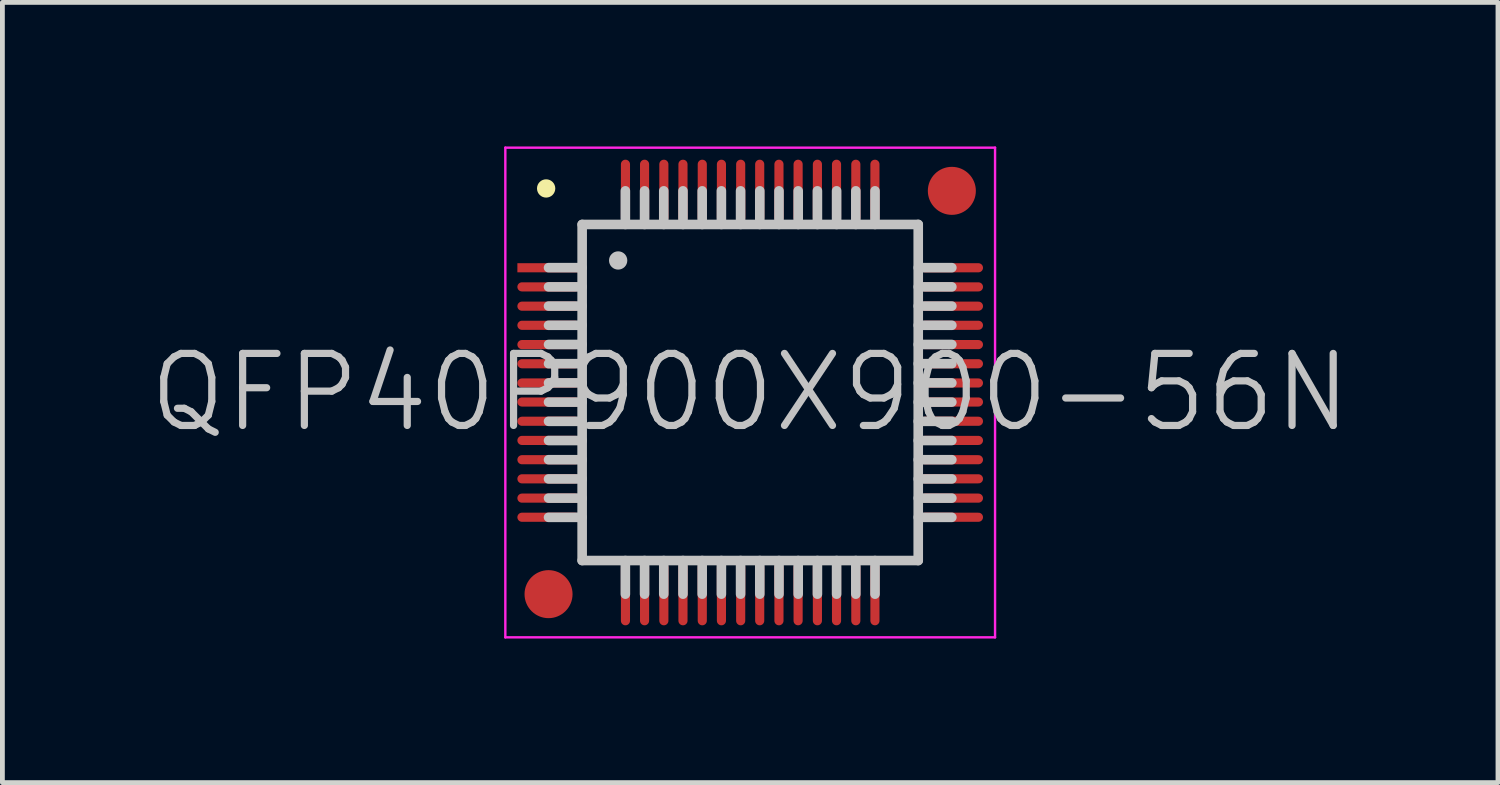
<source format=kicad_pcb>
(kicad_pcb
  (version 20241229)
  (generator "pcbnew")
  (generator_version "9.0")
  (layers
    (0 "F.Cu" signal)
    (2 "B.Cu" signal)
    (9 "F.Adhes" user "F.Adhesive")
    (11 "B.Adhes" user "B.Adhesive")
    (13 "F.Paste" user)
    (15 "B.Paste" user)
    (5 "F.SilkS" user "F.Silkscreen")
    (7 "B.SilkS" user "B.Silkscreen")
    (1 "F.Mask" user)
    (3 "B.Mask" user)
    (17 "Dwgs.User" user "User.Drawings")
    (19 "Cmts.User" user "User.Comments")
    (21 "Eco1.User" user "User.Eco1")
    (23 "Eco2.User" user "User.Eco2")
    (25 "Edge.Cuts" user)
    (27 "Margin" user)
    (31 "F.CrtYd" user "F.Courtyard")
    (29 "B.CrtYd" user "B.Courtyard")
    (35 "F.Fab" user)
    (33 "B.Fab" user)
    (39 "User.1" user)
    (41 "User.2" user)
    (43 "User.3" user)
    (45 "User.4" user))
  (footprint "QFP40P900X900-56N"
    (layer "F.Cu")
    (at 12.575 5.125)
    (property "Reference" "QFP40P900X900-56N" (at 0 0 0) (layer "Dwgs.User") (effects (font (size 1.5 1.5) (thickness 0.15))))
    (attr smd)
    (fp_line (start -4.25 -4.25) (end -4.25 -4.25) (stroke (width 0.381) (type solid)) (layer "F.SilkS"))
    (fp_line (start -3.5 -3.5) (end -3.5 3.5) (stroke (width 0.2) (type solid)) (layer "Dwgs.User"))
    (fp_line (start -3.5 -3.5) (end 3.5 -3.5) (stroke (width 0.2) (type solid)) (layer "Dwgs.User"))
    (fp_line (start -3.5 -2.6) (end -4.2 -2.6) (stroke (width 0.2) (type solid)) (layer "Dwgs.User"))
    (fp_line (start -3.5 -2.2) (end -4.2 -2.2) (stroke (width 0.2) (type solid)) (layer "Dwgs.User"))
    (fp_line (start -3.5 -1.8) (end -4.2 -1.8) (stroke (width 0.2) (type solid)) (layer "Dwgs.User"))
    (fp_line (start -3.5 -1.4) (end -4.2 -1.4) (stroke (width 0.2) (type solid)) (layer "Dwgs.User"))
    (fp_line (start -3.5 -1) (end -4.2 -1) (stroke (width 0.2) (type solid)) (layer "Dwgs.User"))
    (fp_line (start -3.5 -0.6) (end -4.2 -0.6) (stroke (width 0.2) (type solid)) (layer "Dwgs.User"))
    (fp_line (start -3.5 -0.2) (end -4.2 -0.2) (stroke (width 0.2) (type solid)) (layer "Dwgs.User"))
    (fp_line (start -3.5 0.2) (end -4.2 0.2) (stroke (width 0.2) (type solid)) (layer "Dwgs.User"))
    (fp_line (start -3.5 0.6) (end -4.2 0.6) (stroke (width 0.2) (type solid)) (layer "Dwgs.User"))
    (fp_line (start -3.5 1) (end -4.2 1) (stroke (width 0.2) (type solid)) (layer "Dwgs.User"))
    (fp_line (start -3.5 1.4) (end -4.2 1.4) (stroke (width 0.2) (type solid)) (layer "Dwgs.User"))
    (fp_line (start -3.5 1.8) (end -4.2 1.8) (stroke (width 0.2) (type solid)) (layer "Dwgs.User"))
    (fp_line (start -3.5 2.2) (end -4.2 2.2) (stroke (width 0.2) (type solid)) (layer "Dwgs.User"))
    (fp_line (start -3.5 2.6) (end -4.2 2.6) (stroke (width 0.2) (type solid)) (layer "Dwgs.User"))
    (fp_line (start -3.5 3.5) (end 3.5 3.5) (stroke (width 0.2) (type solid)) (layer "Dwgs.User"))
    (fp_line (start -2.75 -2.75) (end -2.75 -2.75) (stroke (width 0.381) (type solid)) (layer "Dwgs.User"))
    (fp_line (start -2.6 -3.5) (end -2.6 -4.2) (stroke (width 0.2) (type solid)) (layer "Dwgs.User"))
    (fp_line (start -2.6 4.2) (end -2.6 3.5) (stroke (width 0.2) (type solid)) (layer "Dwgs.User"))
    (fp_line (start -2.2 -3.5) (end -2.2 -4.2) (stroke (width 0.2) (type solid)) (layer "Dwgs.User"))
    (fp_line (start -2.2 4.2) (end -2.2 3.5) (stroke (width 0.2) (type solid)) (layer "Dwgs.User"))
    (fp_line (start -1.8 -3.5) (end -1.8 -4.2) (stroke (width 0.2) (type solid)) (layer "Dwgs.User"))
    (fp_line (start -1.8 4.2) (end -1.8 3.5) (stroke (width 0.2) (type solid)) (layer "Dwgs.User"))
    (fp_line (start -1.4 -3.5) (end -1.4 -4.2) (stroke (width 0.2) (type solid)) (layer "Dwgs.User"))
    (fp_line (start -1.4 4.2) (end -1.4 3.5) (stroke (width 0.2) (type solid)) (layer "Dwgs.User"))
    (fp_line (start -1 -3.5) (end -1 -4.2) (stroke (width 0.2) (type solid)) (layer "Dwgs.User"))
    (fp_line (start -1 4.2) (end -1 3.5) (stroke (width 0.2) (type solid)) (layer "Dwgs.User"))
    (fp_line (start -0.6 -3.5) (end -0.6 -4.2) (stroke (width 0.2) (type solid)) (layer "Dwgs.User"))
    (fp_line (start -0.6 4.2) (end -0.6 3.5) (stroke (width 0.2) (type solid)) (layer "Dwgs.User"))
    (fp_line (start -0.2 -3.5) (end -0.2 -4.2) (stroke (width 0.2) (type solid)) (layer "Dwgs.User"))
    (fp_line (start -0.2 4.2) (end -0.2 3.5) (stroke (width 0.2) (type solid)) (layer "Dwgs.User"))
    (fp_line (start 0.2 -3.5) (end 0.2 -4.2) (stroke (width 0.2) (type solid)) (layer "Dwgs.User"))
    (fp_line (start 0.2 4.2) (end 0.2 3.5) (stroke (width 0.2) (type solid)) (layer "Dwgs.User"))
    (fp_line (start 0.6 -3.5) (end 0.6 -4.2) (stroke (width 0.2) (type solid)) (layer "Dwgs.User"))
    (fp_line (start 0.6 4.2) (end 0.6 3.5) (stroke (width 0.2) (type solid)) (layer "Dwgs.User"))
    (fp_line (start 1 -3.5) (end 1 -4.2) (stroke (width 0.2) (type solid)) (layer "Dwgs.User"))
    (fp_line (start 1 4.2) (end 1 3.5) (stroke (width 0.2) (type solid)) (layer "Dwgs.User"))
    (fp_line (start 1.4 -3.5) (end 1.4 -4.2) (stroke (width 0.2) (type solid)) (layer "Dwgs.User"))
    (fp_line (start 1.4 4.2) (end 1.4 3.5) (stroke (width 0.2) (type solid)) (layer "Dwgs.User"))
    (fp_line (start 1.8 -3.5) (end 1.8 -4.2) (stroke (width 0.2) (type solid)) (layer "Dwgs.User"))
    (fp_line (start 1.8 4.2) (end 1.8 3.5) (stroke (width 0.2) (type solid)) (layer "Dwgs.User"))
    (fp_line (start 2.2 -3.5) (end 2.2 -4.2) (stroke (width 0.2) (type solid)) (layer "Dwgs.User"))
    (fp_line (start 2.2 4.2) (end 2.2 3.5) (stroke (width 0.2) (type solid)) (layer "Dwgs.User"))
    (fp_line (start 2.6 -3.5) (end 2.6 -4.2) (stroke (width 0.2) (type solid)) (layer "Dwgs.User"))
    (fp_line (start 2.6 4.2) (end 2.6 3.5) (stroke (width 0.2) (type solid)) (layer "Dwgs.User"))
    (fp_line (start 3.5 -3.5) (end 3.5 3.5) (stroke (width 0.2) (type solid)) (layer "Dwgs.User"))
    (fp_line (start 4.2 -2.6) (end 3.5 -2.6) (stroke (width 0.2) (type solid)) (layer "Dwgs.User"))
    (fp_line (start 4.2 -2.2) (end 3.5 -2.2) (stroke (width 0.2) (type solid)) (layer "Dwgs.User"))
    (fp_line (start 4.2 -1.8) (end 3.5 -1.8) (stroke (width 0.2) (type solid)) (layer "Dwgs.User"))
    (fp_line (start 4.2 -1.4) (end 3.5 -1.4) (stroke (width 0.2) (type solid)) (layer "Dwgs.User"))
    (fp_line (start 4.2 -1) (end 3.5 -1) (stroke (width 0.2) (type solid)) (layer "Dwgs.User"))
    (fp_line (start 4.2 -0.6) (end 3.5 -0.6) (stroke (width 0.2) (type solid)) (layer "Dwgs.User"))
    (fp_line (start 4.2 -0.2) (end 3.5 -0.2) (stroke (width 0.2) (type solid)) (layer "Dwgs.User"))
    (fp_line (start 4.2 0.2) (end 3.5 0.2) (stroke (width 0.2) (type solid)) (layer "Dwgs.User"))
    (fp_line (start 4.2 0.6) (end 3.5 0.6) (stroke (width 0.2) (type solid)) (layer "Dwgs.User"))
    (fp_line (start 4.2 1) (end 3.5 1) (stroke (width 0.2) (type solid)) (layer "Dwgs.User"))
    (fp_line (start 4.2 1.4) (end 3.5 1.4) (stroke (width 0.2) (type solid)) (layer "Dwgs.User"))
    (fp_line (start 4.2 1.8) (end 3.5 1.8) (stroke (width 0.2) (type solid)) (layer "Dwgs.User"))
    (fp_line (start 4.2 2.2) (end 3.5 2.2) (stroke (width 0.2) (type solid)) (layer "Dwgs.User"))
    (fp_line (start 4.2 2.6) (end 3.5 2.6) (stroke (width 0.2) (type solid)) (layer "Dwgs.User"))
    (fp_line (start -5.1 -5.1) (end -5.1 5.1) (stroke (width 0.05) (type solid)) (layer "F.CrtYd"))
    (fp_line (start -5.1 -5.1) (end 5.1 -5.1) (stroke (width 0.05) (type solid)) (layer "F.CrtYd"))
    (fp_line (start -5.1 5.1) (end 5.1 5.1) (stroke (width 0.05) (type solid)) (layer "F.CrtYd"))
    (fp_line (start 5.1 -5.1) (end 5.1 5.1) (stroke (width 0.05) (type solid)) (layer "F.CrtYd"))
    (pad "" smd circle (at -4.2 4.2) (size 1 1) (layers "F.Cu" "F.Mask"))
    (pad "" smd circle (at 4.2 -4.2) (size 1 1) (layers "F.Cu" "F.Mask"))
    (pad "1" smd rect (at -4.199 -2.598 90) (size 0.19 1.3) (layers "F.Cu" "F.Mask" "F.Paste"))
    (pad "2" smd oval (at -4.199 -2.2 90) (size 0.19 1.3) (layers "F.Cu" "F.Mask" "F.Paste"))
    (pad "3" smd oval (at -4.199 -1.798 90) (size 0.19 1.3) (layers "F.Cu" "F.Mask" "F.Paste"))
    (pad "4" smd oval (at -4.199 -1.4 90) (size 0.19 1.3) (layers "F.Cu" "F.Mask" "F.Paste"))
    (pad "5" smd oval (at -4.199 -0.998 90) (size 0.19 1.3) (layers "F.Cu" "F.Mask" "F.Paste"))
    (pad "6" smd oval (at -4.199 -0.599 90) (size 0.19 1.3) (layers "F.Cu" "F.Mask" "F.Paste"))
    (pad "7" smd oval (at -4.199 -0.198 90) (size 0.19 1.3) (layers "F.Cu" "F.Mask" "F.Paste"))
    (pad "8" smd oval (at -4.199 0.198 90) (size 0.19 1.3) (layers "F.Cu" "F.Mask" "F.Paste"))
    (pad "9" smd oval (at -4.199 0.599 90) (size 0.19 1.3) (layers "F.Cu" "F.Mask" "F.Paste"))
    (pad "10" smd oval (at -4.199 0.998 90) (size 0.19 1.3) (layers "F.Cu" "F.Mask" "F.Paste"))
    (pad "11" smd oval (at -4.199 1.4 90) (size 0.19 1.3) (layers "F.Cu" "F.Mask" "F.Paste"))
    (pad "12" smd oval (at -4.199 1.798 90) (size 0.19 1.3) (layers "F.Cu" "F.Mask" "F.Paste"))
    (pad "13" smd oval (at -4.199 2.2 90) (size 0.19 1.3) (layers "F.Cu" "F.Mask" "F.Paste"))
    (pad "14" smd oval (at -4.199 2.598 90) (size 0.19 1.3) (layers "F.Cu" "F.Mask" "F.Paste"))
    (pad "15" smd oval (at -2.598 4.199 180) (size 0.19 1.3) (layers "F.Cu" "F.Mask" "F.Paste"))
    (pad "16" smd oval (at -2.2 4.199 180) (size 0.19 1.3) (layers "F.Cu" "F.Mask" "F.Paste"))
    (pad "17" smd oval (at -1.798 4.199 180) (size 0.19 1.3) (layers "F.Cu" "F.Mask" "F.Paste"))
    (pad "18" smd oval (at -1.4 4.199 180) (size 0.19 1.3) (layers "F.Cu" "F.Mask" "F.Paste"))
    (pad "19" smd oval (at -0.998 4.199 180) (size 0.19 1.3) (layers "F.Cu" "F.Mask" "F.Paste"))
    (pad "20" smd oval (at -0.599 4.199 180) (size 0.19 1.3) (layers "F.Cu" "F.Mask" "F.Paste"))
    (pad "21" smd oval (at -0.198 4.199 180) (size 0.19 1.3) (layers "F.Cu" "F.Mask" "F.Paste"))
    (pad "22" smd oval (at 0.198 4.199 180) (size 0.19 1.3) (layers "F.Cu" "F.Mask" "F.Paste"))
    (pad "23" smd oval (at 0.599 4.199 180) (size 0.19 1.3) (layers "F.Cu" "F.Mask" "F.Paste"))
    (pad "24" smd oval (at 0.998 4.199 180) (size 0.19 1.3) (layers "F.Cu" "F.Mask" "F.Paste"))
    (pad "25" smd oval (at 1.4 4.199 180) (size 0.19 1.3) (layers "F.Cu" "F.Mask" "F.Paste"))
    (pad "26" smd oval (at 1.798 4.199 180) (size 0.19 1.3) (layers "F.Cu" "F.Mask" "F.Paste"))
    (pad "27" smd oval (at 2.2 4.199 180) (size 0.19 1.3) (layers "F.Cu" "F.Mask" "F.Paste"))
    (pad "28" smd oval (at 2.598 4.199 180) (size 0.19 1.3) (layers "F.Cu" "F.Mask" "F.Paste"))
    (pad "29" smd oval (at 4.199 2.598 270) (size 0.19 1.3) (layers "F.Cu" "F.Mask" "F.Paste"))
    (pad "30" smd oval (at 4.199 2.2 270) (size 0.19 1.3) (layers "F.Cu" "F.Mask" "F.Paste"))
    (pad "31" smd oval (at 4.199 1.798 270) (size 0.19 1.3) (layers "F.Cu" "F.Mask" "F.Paste"))
    (pad "32" smd oval (at 4.199 1.4 270) (size 0.19 1.3) (layers "F.Cu" "F.Mask" "F.Paste"))
    (pad "33" smd oval (at 4.199 0.998 270) (size 0.19 1.3) (layers "F.Cu" "F.Mask" "F.Paste"))
    (pad "34" smd oval (at 4.199 0.599 270) (size 0.19 1.3) (layers "F.Cu" "F.Mask" "F.Paste"))
    (pad "35" smd oval (at 4.199 0.198 270) (size 0.19 1.3) (layers "F.Cu" "F.Mask" "F.Paste"))
    (pad "36" smd oval (at 4.199 -0.198 270) (size 0.19 1.3) (layers "F.Cu" "F.Mask" "F.Paste"))
    (pad "37" smd oval (at 4.199 -0.599 270) (size 0.19 1.3) (layers "F.Cu" "F.Mask" "F.Paste"))
    (pad "38" smd oval (at 4.199 -0.998 270) (size 0.19 1.3) (layers "F.Cu" "F.Mask" "F.Paste"))
    (pad "39" smd oval (at 4.199 -1.4 270) (size 0.19 1.3) (layers "F.Cu" "F.Mask" "F.Paste"))
    (pad "40" smd oval (at 4.199 -1.798 270) (size 0.19 1.3) (layers "F.Cu" "F.Mask" "F.Paste"))
    (pad "41" smd oval (at 4.199 -2.2 270) (size 0.19 1.3) (layers "F.Cu" "F.Mask" "F.Paste"))
    (pad "42" smd oval (at 4.199 -2.598 270) (size 0.19 1.3) (layers "F.Cu" "F.Mask" "F.Paste"))
    (pad "43" smd oval (at 2.598 -4.199) (size 0.19 1.3) (layers "F.Cu" "F.Mask" "F.Paste"))
    (pad "44" smd oval (at 2.2 -4.199) (size 0.19 1.3) (layers "F.Cu" "F.Mask" "F.Paste"))
    (pad "45" smd oval (at 1.798 -4.199) (size 0.19 1.3) (layers "F.Cu" "F.Mask" "F.Paste"))
    (pad "46" smd oval (at 1.4 -4.199) (size 0.19 1.3) (layers "F.Cu" "F.Mask" "F.Paste"))
    (pad "47" smd oval (at 0.998 -4.199) (size 0.19 1.3) (layers "F.Cu" "F.Mask" "F.Paste"))
    (pad "48" smd oval (at 0.599 -4.199) (size 0.19 1.3) (layers "F.Cu" "F.Mask" "F.Paste"))
    (pad "49" smd oval (at 0.198 -4.199) (size 0.19 1.3) (layers "F.Cu" "F.Mask" "F.Paste"))
    (pad "50" smd oval (at -0.198 -4.199) (size 0.19 1.3) (layers "F.Cu" "F.Mask" "F.Paste"))
    (pad "51" smd oval (at -0.599 -4.199) (size 0.19 1.3) (layers "F.Cu" "F.Mask" "F.Paste"))
    (pad "52" smd oval (at -0.998 -4.199) (size 0.19 1.3) (layers "F.Cu" "F.Mask" "F.Paste"))
    (pad "53" smd oval (at -1.4 -4.199) (size 0.19 1.3) (layers "F.Cu" "F.Mask" "F.Paste"))
    (pad "54" smd oval (at -1.798 -4.199) (size 0.19 1.3) (layers "F.Cu" "F.Mask" "F.Paste"))
    (pad "55" smd oval (at -2.2 -4.199) (size 0.19 1.3) (layers "F.Cu" "F.Mask" "F.Paste"))
    (pad "56" smd oval (at -2.598 -4.199) (size 0.19 1.3) (layers "F.Cu" "F.Mask" "F.Paste")))
  (gr_rect
    (start -3 -3)
    (end 28.15 13.25)
    (stroke (width 0.1) (type default))
    (fill no)
    (layer "Edge.Cuts")))
</source>
